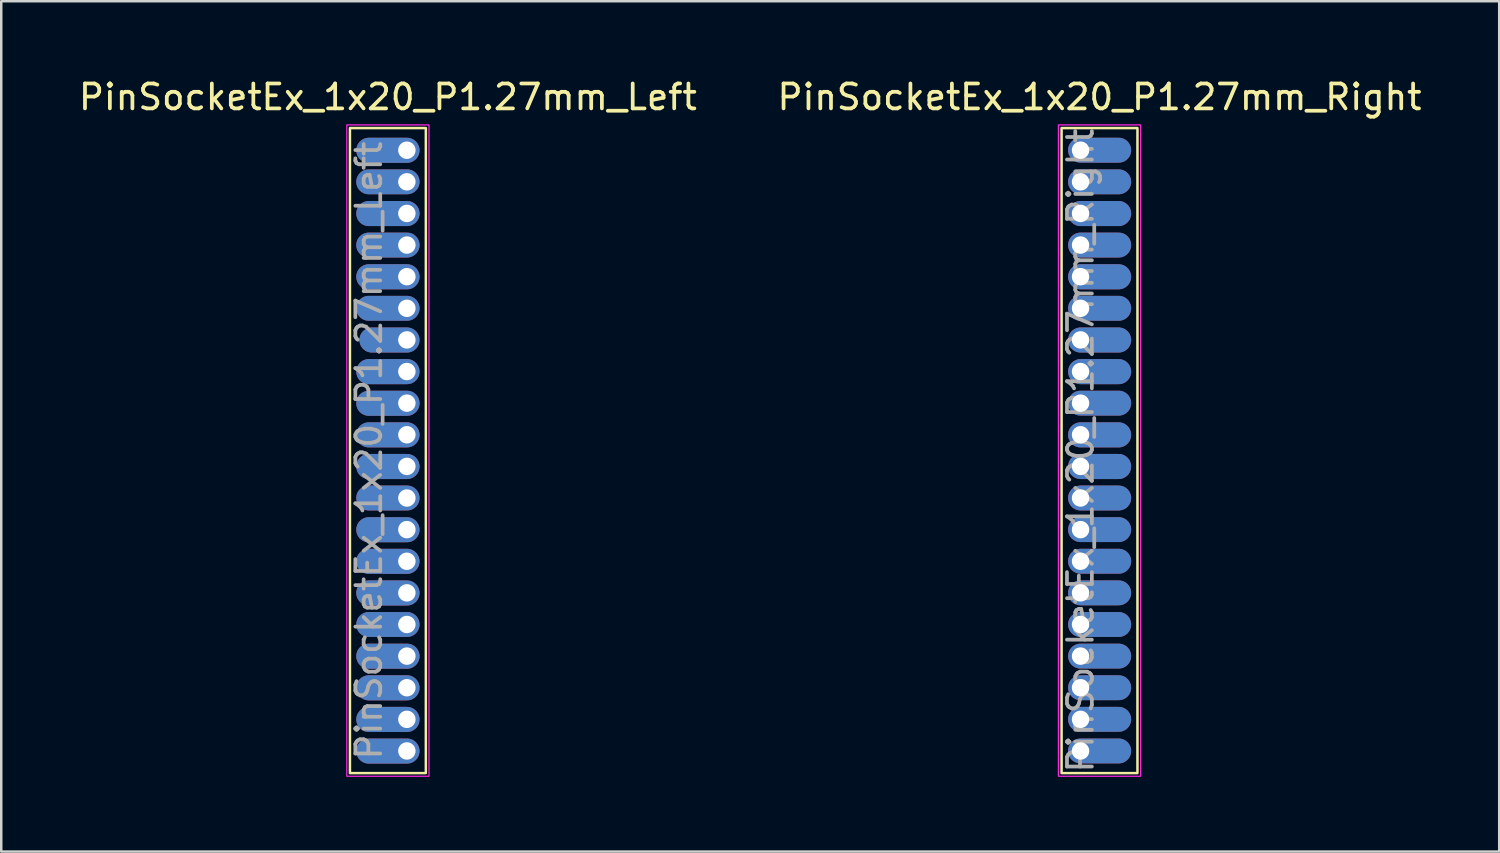
<source format=kicad_pcb>
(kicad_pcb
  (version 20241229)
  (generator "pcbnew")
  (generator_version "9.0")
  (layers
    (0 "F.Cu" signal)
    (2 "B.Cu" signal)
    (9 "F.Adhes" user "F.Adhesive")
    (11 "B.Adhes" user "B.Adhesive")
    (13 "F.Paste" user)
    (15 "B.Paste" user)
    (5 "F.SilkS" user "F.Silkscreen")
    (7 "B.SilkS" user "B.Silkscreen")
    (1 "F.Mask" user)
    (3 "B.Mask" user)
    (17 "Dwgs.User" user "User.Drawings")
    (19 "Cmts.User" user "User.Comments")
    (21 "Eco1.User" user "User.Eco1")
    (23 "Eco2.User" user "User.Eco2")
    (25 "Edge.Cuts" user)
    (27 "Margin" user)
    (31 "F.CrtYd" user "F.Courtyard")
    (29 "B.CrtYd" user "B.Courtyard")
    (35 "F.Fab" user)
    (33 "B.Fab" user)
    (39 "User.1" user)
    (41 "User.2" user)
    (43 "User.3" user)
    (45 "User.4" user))
  (footprint "PinSocketEx_1x20_P1.27mm_Right"
    (layer "F.Cu")
    (at 40.351 2.983)
    (property "Reference" "PinSocketEx_1x20_P1.27mm_Right" (at 0.762 -2.135 0) (layer "F.SilkS") (effects (font (size 1 1) (thickness 0.15))))
    (attr through_hole)
    (fp_rect (start -0.762 -0.889) (end 2.286 25.019) (stroke (width 0.1) (type default)) (fill no) (layer "F.SilkS"))
    (fp_rect (start -0.889 -1.016) (end 2.413 25.146) (stroke (width 0.05) (type default)) (fill no) (layer "F.CrtYd"))
    (fp_text user "${REFERENCE}" (at 0 12.065 90) (layer "F.Fab") (effects (font (size 1 1) (thickness 0.15))))
    (pad "1" thru_hole oval (at 0 0) (size 2.532 1) (drill 0.7 (offset 0.766 0)) (layers "*.Cu" "*.Mask"))
    (pad "2" thru_hole oval (at 0 1.27) (size 2.532 1) (drill 0.7 (offset 0.766 0)) (layers "*.Cu" "*.Mask"))
    (pad "3" thru_hole oval (at 0 2.54) (size 2.532 1.008) (drill 0.7 (offset 0.766 0.004)) (layers "*.Cu" "*.Mask"))
    (pad "4" thru_hole oval (at 0 3.81) (size 2.532 1) (drill 0.7 (offset 0.766 0)) (layers "*.Cu" "*.Mask"))
    (pad "5" thru_hole oval (at 0 5.08) (size 2.532 1.008) (drill 0.7 (offset 0.766 0.004)) (layers "*.Cu" "*.Mask"))
    (pad "6" thru_hole oval (at 0 6.35) (size 2.532 1) (drill 0.7 (offset 0.766 0)) (layers "*.Cu" "*.Mask"))
    (pad "7" thru_hole oval (at 0 7.62) (size 2.532 1.008) (drill 0.7 (offset 0.766 0.004)) (layers "*.Cu" "*.Mask"))
    (pad "8" thru_hole oval (at 0 8.89) (size 2.532 1.008) (drill 0.7 (offset 0.766 0.004)) (layers "*.Cu" "*.Mask"))
    (pad "9" thru_hole oval (at 0 10.16) (size 2.532 1) (drill 0.7 (offset 0.766 0)) (layers "*.Cu" "*.Mask"))
    (pad "10" thru_hole oval (at 0 11.43) (size 2.532 1.008) (drill 0.7 (offset 0.766 0.004)) (layers "*.Cu" "*.Mask"))
    (pad "11" thru_hole oval (at 0 12.7) (size 2.532 1.008) (drill 0.7 (offset 0.766 0.004)) (layers "*.Cu" "*.Mask"))
    (pad "12" thru_hole oval (at 0 13.97) (size 2.532 1) (drill 0.7 (offset 0.766 0)) (layers "*.Cu" "*.Mask"))
    (pad "13" thru_hole oval (at 0 15.24) (size 2.532 1) (drill 0.7 (offset 0.766 0)) (layers "*.Cu" "*.Mask"))
    (pad "14" thru_hole oval (at 0 16.51) (size 2.532 1) (drill 0.7 (offset 0.766 0)) (layers "*.Cu" "*.Mask"))
    (pad "15" thru_hole oval (at 0 17.78) (size 2.532 1) (drill 0.7 (offset 0.766 0)) (layers "*.Cu" "*.Mask"))
    (pad "16" thru_hole oval (at 0 19.05) (size 2.532 1) (drill 0.7 (offset 0.766 0)) (layers "*.Cu" "*.Mask"))
    (pad "17" thru_hole oval (at 0 20.32) (size 2.532 1) (drill 0.7 (offset 0.766 0)) (layers "*.Cu" "*.Mask"))
    (pad "18" thru_hole oval (at 0 21.59) (size 2.532 1) (drill 0.7 (offset 0.766 0)) (layers "*.Cu" "*.Mask"))
    (pad "19" thru_hole oval (at 0 22.86) (size 2.532 1) (drill 0.7 (offset 0.766 0)) (layers "*.Cu" "*.Mask"))
    (pad "20" thru_hole oval (at 0 24.13) (size 2.532 1) (drill 0.7 (offset 0.766 0)) (layers "*.Cu" "*.Mask")))
  (footprint "PinSocketEx_1x20_P1.27mm_Left"
    (layer "F.Cu")
    (at 11.768 2.983)
    (property "Reference" "PinSocketEx_1x20_P1.27mm_Left" (at 0.762 -2.135 0) (layer "F.SilkS") (effects (font (size 1 1) (thickness 0.15))))
    (attr through_hole)
    (fp_rect (start -0.762 -0.889) (end 2.286 25.019) (stroke (width 0.1) (type default)) (fill no) (layer "F.SilkS"))
    (fp_rect (start -0.889 -1.016) (end 2.413 25.146) (stroke (width 0.05) (type default)) (fill no) (layer "F.CrtYd"))
    (fp_text user "${REFERENCE}" (at 0 12.065 90) (layer "F.Fab") (effects (font (size 1 1) (thickness 0.15))))
    (pad "1" thru_hole oval (at 1.524 0) (size 2.54 1.008) (drill 0.7 (offset -0.762 0.004)) (layers "*.Cu" "*.Mask"))
    (pad "2" thru_hole oval (at 1.524 1.27) (size 2.54 1) (drill 0.7 (offset -0.762 0)) (layers "*.Cu" "*.Mask"))
    (pad "3" thru_hole oval (at 1.524 2.54) (size 2.54 1.008) (drill 0.7 (offset -0.762 0.004)) (layers "*.Cu" "*.Mask"))
    (pad "4" thru_hole oval (at 1.524 3.81) (size 2.54 1) (drill 0.7 (offset -0.762 0)) (layers "*.Cu" "*.Mask"))
    (pad "5" thru_hole oval (at 1.524 5.08) (size 2.54 1.008) (drill 0.7 (offset -0.762 0.004)) (layers "*.Cu" "*.Mask"))
    (pad "6" thru_hole oval (at 1.524 6.35) (size 2.54 1) (drill 0.7 (offset -0.762 0)) (layers "*.Cu" "*.Mask"))
    (pad "7" thru_hole oval (at 1.524 7.62) (size 2.413 1.008) (drill 0.7 (offset -0.699 0.004)) (layers "*.Cu" "*.Mask"))
    (pad "8" thru_hole oval (at 1.524 8.89) (size 2.54 1.008) (drill 0.7 (offset -0.762 0.004)) (layers "*.Cu" "*.Mask"))
    (pad "9" thru_hole oval (at 1.524 10.16) (size 2.54 1.008) (drill 0.7 (offset -0.762 0.004)) (layers "*.Cu" "*.Mask"))
    (pad "10" thru_hole oval (at 1.524 11.43) (size 2.54 1.008) (drill 0.7 (offset -0.762 0.004)) (layers "*.Cu" "*.Mask"))
    (pad "11" thru_hole oval (at 1.524 12.7) (size 2.54 1.008) (drill 0.7 (offset -0.762 0.004)) (layers "*.Cu" "*.Mask"))
    (pad "12" thru_hole oval (at 1.524 13.97) (size 2.54 1) (drill 0.7 (offset -0.762 0)) (layers "*.Cu" "*.Mask"))
    (pad "13" thru_hole oval (at 1.524 15.24) (size 2.54 1.008) (drill 0.7 (offset -0.762 0.004)) (layers "*.Cu" "*.Mask"))
    (pad "14" thru_hole oval (at 1.524 16.51) (size 2.54 1.008) (drill 0.7 (offset -0.762 0.004)) (layers "*.Cu" "*.Mask"))
    (pad "15" thru_hole oval (at 1.524 17.78) (size 2.54 1.008) (drill 0.7 (offset -0.762 0.004)) (layers "*.Cu" "*.Mask"))
    (pad "16" thru_hole oval (at 1.524 19.05) (size 2.54 1) (drill 0.7 (offset -0.762 0)) (layers "*.Cu" "*.Mask"))
    (pad "17" thru_hole oval (at 1.524 20.32) (size 2.54 1.008) (drill 0.7 (offset -0.762 0.004)) (layers "*.Cu" "*.Mask"))
    (pad "18" thru_hole oval (at 1.524 21.59) (size 2.54 1.008) (drill 0.7 (offset -0.762 0.004)) (layers "*.Cu" "*.Mask"))
    (pad "19" thru_hole oval (at 1.524 22.86) (size 2.54 1.008) (drill 0.7 (offset -0.762 0.004)) (layers "*.Cu" "*.Mask"))
    (pad "20" thru_hole oval (at 1.524 24.13) (size 2.54 1.008) (drill 0.7 (offset -0.762 0.004)) (layers "*.Cu" "*.Mask")))
  (gr_rect
    (start -3 -3)
    (end 57.167 31.154)
    (stroke (width 0.1) (type default))
    (fill no)
    (layer "Edge.Cuts")))
</source>
